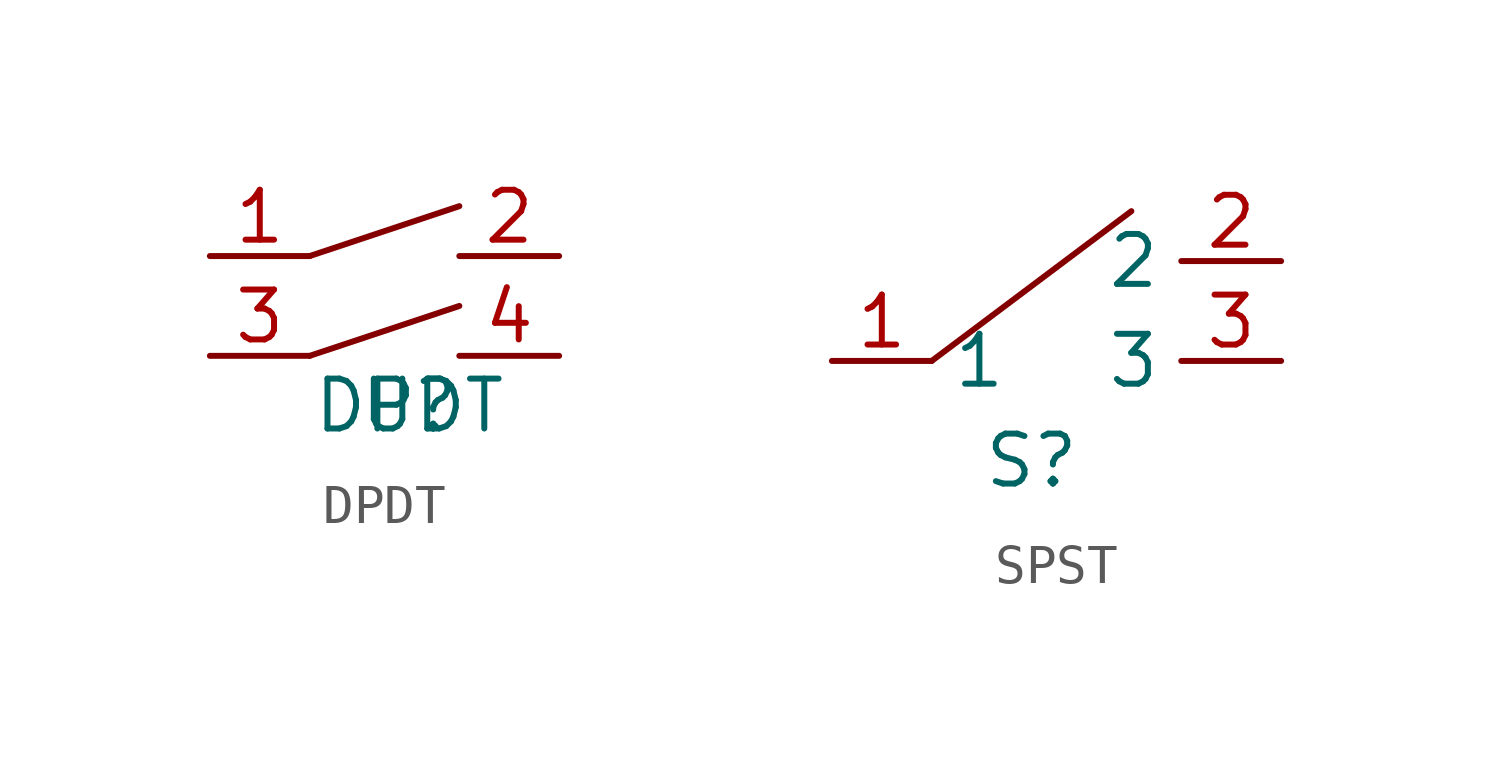
<source format=kicad_sym>
(kicad_symbol_lib
  (version 20220914)
  (generator kicad_symbol_editor)
  (symbol "DPDT"
    (property "Reference" "U"
      (at 0 0 0)
      (effects (font (size 1.27 1.27))))
    (property "Value" "DPDT"
      (at 0 0 0)
      (effects (font (size 1.27 1.27))))
    (symbol "DPDT_0_1"
      (polyline (pts (xy -2.54 1.27) (xy 1.27 2.54)) (stroke (width 0) (type default)) (fill (type none)))
      (polyline (pts (xy -2.54 3.81) (xy 1.27 5.08)) (stroke (width 0) (type default)) (fill (type none))))
    (symbol "DPDT_1_1"
      (pin bidirectional line (at -5.08 3.81 0) (length 2.54) (name "" (effects (font (size 1.27 1.27)))) (number "1" (effects (font (size 1.27 1.27)))))
      (pin input line (at 3.81 3.81 180) (length 2.54) (name "" (effects (font (size 1.27 1.27)))) (number "2" (effects (font (size 1.27 1.27)))))
      (pin bidirectional line (at -5.08 1.27 0) (length 2.54) (name "" (effects (font (size 1.27 1.27)))) (number "3" (effects (font (size 1.27 1.27)))))
      (pin input line (at 3.81 1.27 180) (length 2.54) (name "" (effects (font (size 1.27 1.27)))) (number "4" (effects (font (size 1.27 1.27)))))))
  (symbol "SPST"
    (property "Reference" "S"
      (at 0 0 0)
      (effects (font (size 1.27 1.27))))
    (property "Value" ""
      (at 0 0 0)
      (effects (font (size 1.27 1.27))))
    (symbol "SPST_0_1"
      (polyline (pts (xy -2.54 2.54) (xy 2.54 6.35)) (stroke (width 0) (type default)) (fill (type none))))
    (symbol "SPST_1_1"
      (pin bidirectional line (at -5.08 2.54 0) (length 2.54) (name "1" (effects (font (size 1.27 1.27)))) (number "1" (effects (font (size 1.27 1.27)))))
      (pin bidirectional line (at 6.35 5.08 180) (length 2.54) (name "2" (effects (font (size 1.27 1.27)))) (number "2" (effects (font (size 1.27 1.27)))))
      (pin bidirectional line (at 6.35 2.54 180) (length 2.54) (name "3" (effects (font (size 1.27 1.27)))) (number "3" (effects (font (size 1.27 1.27))))))))
</source>
